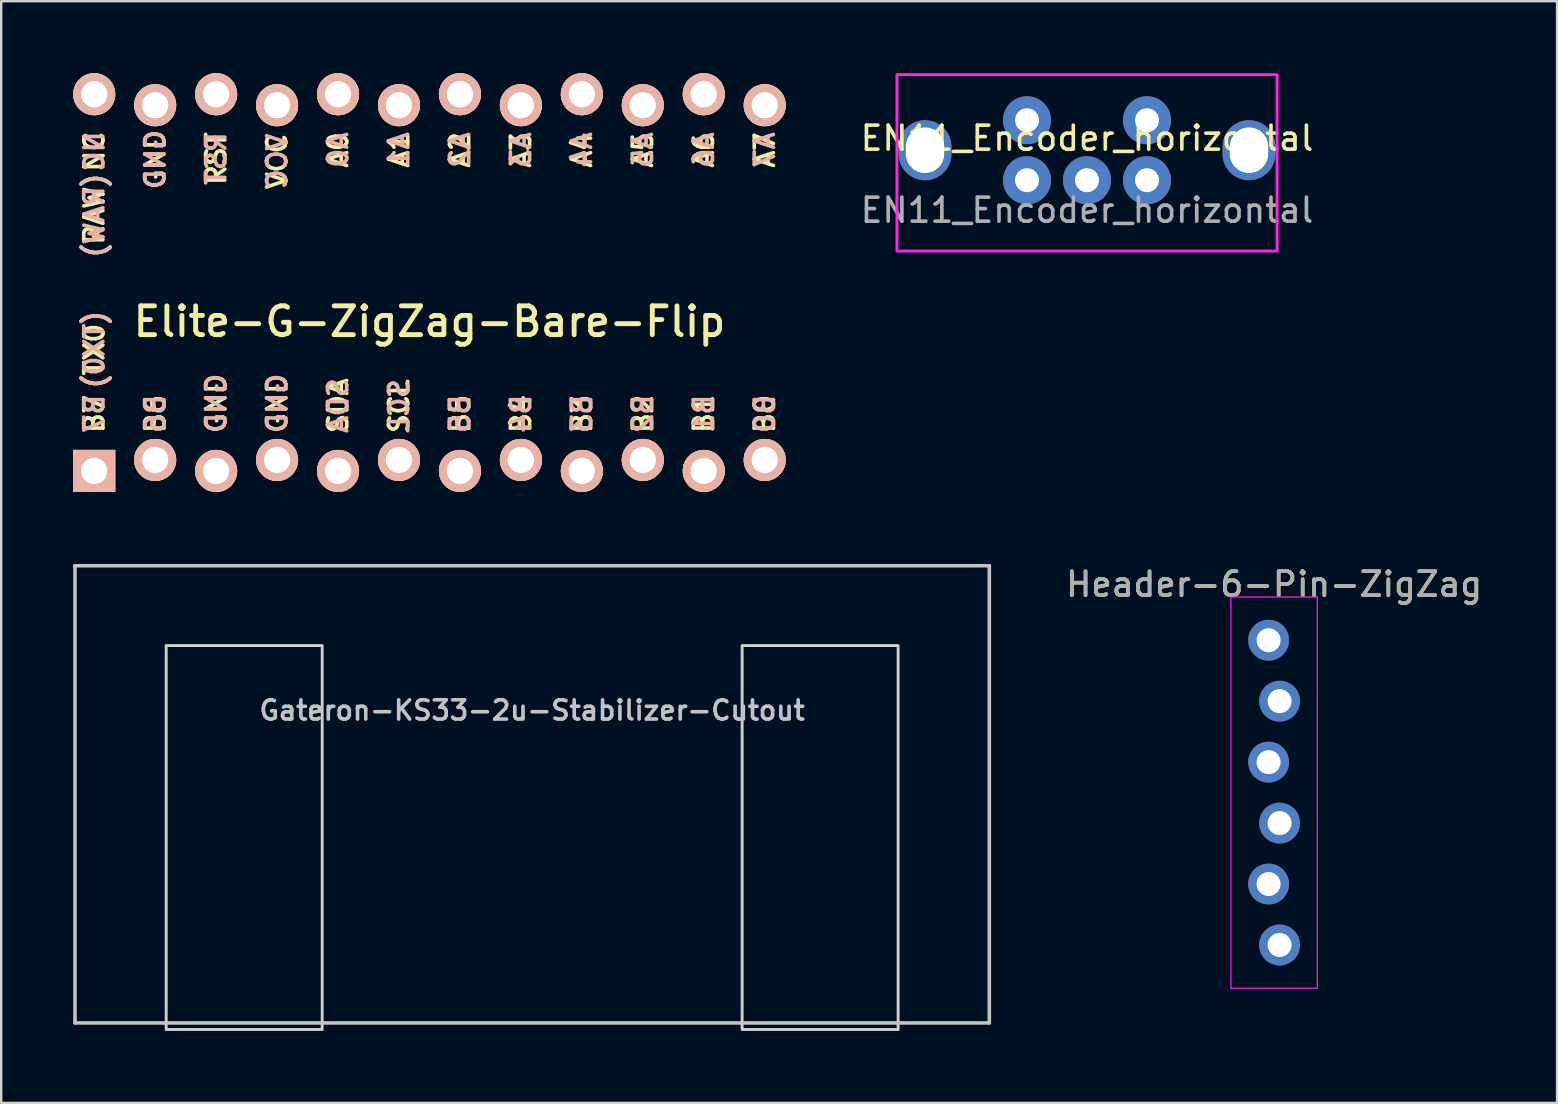
<source format=kicad_pcb>
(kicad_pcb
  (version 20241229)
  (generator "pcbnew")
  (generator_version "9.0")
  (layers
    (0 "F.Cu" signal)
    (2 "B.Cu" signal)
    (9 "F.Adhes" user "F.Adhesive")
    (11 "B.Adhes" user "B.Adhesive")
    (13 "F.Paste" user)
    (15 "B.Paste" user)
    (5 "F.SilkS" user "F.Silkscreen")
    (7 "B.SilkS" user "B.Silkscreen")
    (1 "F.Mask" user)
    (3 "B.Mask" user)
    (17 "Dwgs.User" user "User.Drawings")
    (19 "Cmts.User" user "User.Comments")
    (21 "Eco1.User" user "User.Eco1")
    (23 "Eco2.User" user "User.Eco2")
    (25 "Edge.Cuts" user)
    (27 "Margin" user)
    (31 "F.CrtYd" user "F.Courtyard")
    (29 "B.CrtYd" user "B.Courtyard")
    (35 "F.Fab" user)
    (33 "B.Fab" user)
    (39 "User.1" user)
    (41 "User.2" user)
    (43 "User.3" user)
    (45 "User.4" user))
  (footprint "Gateron-KS33-2u-Stabilizer-Cutout"
    (layer "F.Cu")
    (at 19.125 30.05)
    (property "Reference" "Gateron-KS33-2u-Stabilizer-Cutout" (at 0 -3.5 0) (layer "Dwgs.User") (effects (font (size 0.8 0.8) (thickness 0.15))))
    (attr smd)
    (fp_line (start -19.05 9.525) (end -19.05 -9.525) (stroke (width 0.15) (type solid)) (layer "Dwgs.User"))
    (fp_line (start 19.05 -9.525) (end -19.05 -9.525) (stroke (width 0.15) (type solid)) (layer "Dwgs.User"))
    (fp_line (start 19.05 9.525) (end -19.05 9.525) (stroke (width 0.15) (type solid)) (layer "Dwgs.User"))
    (fp_line (start 19.05 9.525) (end 19.05 -9.525) (stroke (width 0.15) (type solid)) (layer "Dwgs.User"))
    (fp_rect (start -8.75 9.8) (end -15.25 -6.2) (stroke (width 0.12) (type default)) (fill no) (layer "Edge.Cuts"))
    (fp_rect (start 8.75 9.8) (end 15.25 -6.2) (stroke (width 0.12) (type default)) (fill no) (layer "Edge.Cuts"))
    (fp_text user "Stabilizer Wire" (at 0 9.525 0) (unlocked yes) (layer "Eco1.User") (effects (font (size 0.8 0.8) (thickness 0.15)) (justify bottom))))
  (footprint "Header-6-Pin-ZigZag"
    (layer "F.Cu")
    (at 50.042 23.628)
    (property "Reference" "Header-6-Pin-ZigZag" (at 0 -2.33 0) (layer "F.SilkS") (effects (font (size 1 1) (thickness 0.15))))
    (attr through_hole)
    (fp_line (start -1.8 -1.8) (end -1.8 14.5) (stroke (width 0.05) (type solid)) (layer "F.CrtYd"))
    (fp_line (start 1.8 -1.8) (end -1.8 -1.8) (stroke (width 0.05) (type solid)) (layer "F.CrtYd"))
    (fp_line (start 1.8 -1.8) (end 1.8 14.5) (stroke (width 0.05) (type solid)) (layer "F.CrtYd"))
    (fp_line (start 1.8 14.5) (end -1.8 14.5) (stroke (width 0.05) (type solid)) (layer "F.CrtYd"))
    (fp_text user "${REFERENCE}" (at 0 -2.33 0) (layer "F.Fab") (effects (font (size 1 1) (thickness 0.15))))
    (pad "1" thru_hole circle (at -0.229 0) (size 1.7 1.7) (drill 1) (layers "*.Cu" "*.Mask"))
    (pad "2" thru_hole oval (at 0.229 2.54) (size 1.7 1.7) (drill 1) (layers "*.Cu" "*.Mask"))
    (pad "3" thru_hole oval (at -0.229 5.08) (size 1.7 1.7) (drill 1) (layers "*.Cu" "*.Mask"))
    (pad "4" thru_hole oval (at 0.229 7.62) (size 1.7 1.7) (drill 1) (layers "*.Cu" "*.Mask"))
    (pad "5" thru_hole oval (at -0.229 10.16) (size 1.7 1.7) (drill 1) (layers "*.Cu" "*.Mask"))
    (pad "6" thru_hole oval (at 0.229 12.7) (size 1.7 1.7) (drill 1) (layers "*.Cu" "*.Mask")))
  (footprint "Elite-G-ZigZag-Bare-Flip"
    (layer "F.Cu")
    (at 14.846 8.725)
    (property "Reference" "Elite-G-ZigZag-Bare-Flip" (at 0 1.625 0) (layer "F.SilkS") (effects (font (size 1.2 1.2) (thickness 0.203))))
    (fp_text user "A2" (at 1.27 -6.35 270) (layer "F.SilkS") (effects (font (size 0.8 0.8) (thickness 0.15)) (justify right)))
    (fp_text user "B6" (at -11.43 6.35 270) (layer "F.SilkS") (effects (font (size 0.8 0.8) (thickness 0.15)) (justify left)))
    (fp_text user "A4" (at 6.35 -6.35 270) (layer "F.SilkS") (effects (font (size 0.8 0.8) (thickness 0.15)) (justify right)))
    (fp_text user "SCL" (at -1.27 6.35 270) (layer "F.SilkS") (effects (font (size 0.8 0.8) (thickness 0.15)) (justify left)))
    (fp_text user "B4" (at 3.81 6.35 270) (layer "F.SilkS") (effects (font (size 0.8 0.8) (thickness 0.15)) (justify left)))
    (fp_text user "(TX0)" (at -13.97 2.794 90) (layer "F.SilkS") (effects (font (size 0.8 0.8) (thickness 0.15))))
    (fp_text user "A3" (at 3.81 -6.35 270) (layer "F.SilkS") (effects (font (size 0.8 0.8) (thickness 0.15)) (justify right)))
    (fp_text user "B1" (at 11.43 6.35 270) (layer "F.SilkS") (effects (font (size 0.8 0.8) (thickness 0.15)) (justify left)))
    (fp_text user "A6" (at 11.43 -6.35 270) (layer "F.SilkS") (effects (font (size 0.8 0.8) (thickness 0.15)) (justify right)))
    (fp_text user "B3" (at 6.35 6.35 270) (layer "F.SilkS") (effects (font (size 0.8 0.8) (thickness 0.15)) (justify left)))
    (fp_text user "(RAW)" (at -13.97 -2.794 90) (layer "F.SilkS") (effects (font (size 0.8 0.8) (thickness 0.15))))
    (fp_text user "GND" (at -8.89 6.35 270) (layer "F.SilkS") (effects (font (size 0.8 0.8) (thickness 0.15)) (justify left)))
    (fp_text user "GND" (at -6.35 6.35 270) (layer "F.SilkS") (effects (font (size 0.8 0.8) (thickness 0.15)) (justify left)))
    (fp_text user "A5" (at 8.89 -6.35 270) (layer "F.SilkS") (effects (font (size 0.8 0.8) (thickness 0.15)) (justify right)))
    (fp_text user "VCC" (at -6.35 -3.81 270) (layer "F.SilkS") (effects (font (size 0.8 0.8) (thickness 0.15)) (justify left)))
    (fp_text user "A0" (at -3.81 -6.35 270) (layer "F.SilkS") (effects (font (size 0.8 0.8) (thickness 0.15)) (justify right)))
    (fp_text user "GND" (at -11.43 -3.81 90) (layer "F.SilkS") (effects (font (size 0.8 0.8) (thickness 0.15)) (justify left)))
    (fp_text user "RST" (at -8.89 -6.35 90) (layer "F.SilkS") (effects (font (size 0.8 0.8) (thickness 0.15)) (justify right)))
    (fp_text user "B0" (at 13.97 6.35 270) (layer "F.SilkS") (effects (font (size 0.8 0.8) (thickness 0.15)) (justify left)))
    (fp_text user "SDA" (at -3.81 6.35 270) (layer "F.SilkS") (effects (font (size 0.8 0.8) (thickness 0.15)) (justify left)))
    (fp_text user "A7" (at 13.97 -6.35 270) (layer "F.SilkS") (effects (font (size 0.8 0.8) (thickness 0.15)) (justify right)))
    (fp_text user "B5" (at 1.27 6.35 270) (layer "F.SilkS") (effects (font (size 0.8 0.8) (thickness 0.15)) (justify left)))
    (fp_text user "NC" (at -13.97 -5.461 90) (layer "F.SilkS") (effects (font (size 0.8 0.8) (thickness 0.15))))
    (fp_text user "B7" (at -13.97 6.35 270) (layer "F.SilkS") (effects (font (size 0.8 0.8) (thickness 0.15)) (justify left)))
    (fp_text user "B2" (at 8.89 6.35 270) (layer "F.SilkS") (effects (font (size 0.8 0.8) (thickness 0.15)) (justify left)))
    (fp_text user "A1" (at -1.27 -6.35 270) (layer "F.SilkS") (effects (font (size 0.8 0.8) (thickness 0.15)) (justify right)))
    (fp_text user "A5" (at 8.89 -6.35 90) (layer "B.SilkS") (effects (font (size 0.8 0.8) (thickness 0.15)) (justify left mirror)))
    (fp_text user "B5" (at 1.27 6.35 90) (layer "B.SilkS") (effects (font (size 0.8 0.8) (thickness 0.15)) (justify right mirror)))
    (fp_text user "GND" (at -6.35 6.35 90) (layer "B.SilkS") (effects (font (size 0.8 0.8) (thickness 0.15)) (justify right mirror)))
    (fp_text user "A3" (at 3.81 -6.35 90) (layer "B.SilkS") (effects (font (size 0.8 0.8) (thickness 0.15)) (justify left mirror)))
    (fp_text user "A7" (at 13.97 -6.35 90) (layer "B.SilkS") (effects (font (size 0.8 0.8) (thickness 0.15)) (justify left mirror)))
    (fp_text user "NC" (at -13.97 -5.461 90) (layer "B.SilkS") (effects (font (size 0.8 0.8) (thickness 0.15)) (justify mirror)))
    (fp_text user "B2" (at 8.89 6.35 90) (layer "B.SilkS") (effects (font (size 0.8 0.8) (thickness 0.15)) (justify right mirror)))
    (fp_text user "B0" (at 13.97 6.35 90) (layer "B.SilkS") (effects (font (size 0.8 0.8) (thickness 0.15)) (justify right mirror)))
    (fp_text user "GND" (at -8.89 6.35 90) (layer "B.SilkS") (effects (font (size 0.8 0.8) (thickness 0.15)) (justify right mirror)))
    (fp_text user "(RAW)" (at -13.97 -2.794 90) (layer "B.SilkS") (effects (font (size 0.8 0.8) (thickness 0.15)) (justify mirror)))
    (fp_text user "(TX0)" (at -13.97 2.794 90) (layer "B.SilkS") (effects (font (size 0.8 0.8) (thickness 0.15)) (justify mirror)))
    (fp_text user "GND" (at -11.43 -3.81 90) (layer "B.SilkS") (effects (font (size 0.8 0.8) (thickness 0.15)) (justify right mirror)))
    (fp_text user "A6" (at 11.43 -6.35 90) (layer "B.SilkS") (effects (font (size 0.8 0.8) (thickness 0.15)) (justify left mirror)))
    (fp_text user "VCC" (at -6.35 -3.81 90) (layer "B.SilkS") (effects (font (size 0.8 0.8) (thickness 0.15)) (justify right mirror)))
    (fp_text user "B6" (at -11.43 6.35 90) (layer "B.SilkS") (effects (font (size 0.8 0.8) (thickness 0.15)) (justify right mirror)))
    (fp_text user "RST" (at -8.89 -6.35 90) (layer "B.SilkS") (effects (font (size 0.8 0.8) (thickness 0.15)) (justify left mirror)))
    (fp_text user "A0" (at -3.81 -6.35 90) (layer "B.SilkS") (effects (font (size 0.8 0.8) (thickness 0.15)) (justify left mirror)))
    (fp_text user "SCL" (at -1.27 6.35 90) (layer "B.SilkS") (effects (font (size 0.8 0.8) (thickness 0.15)) (justify right mirror)))
    (fp_text user "B3" (at 6.35 6.35 90) (layer "B.SilkS") (effects (font (size 0.8 0.8) (thickness 0.15)) (justify right mirror)))
    (fp_text user "SDA" (at -3.81 6.35 90) (layer "B.SilkS") (effects (font (size 0.8 0.8) (thickness 0.15)) (justify right mirror)))
    (fp_text user "B7" (at -13.97 6.35 90) (layer "B.SilkS") (effects (font (size 0.8 0.8) (thickness 0.15)) (justify right mirror)))
    (fp_text user "A1" (at -1.27 -6.35 90) (layer "B.SilkS") (effects (font (size 0.8 0.8) (thickness 0.15)) (justify left mirror)))
    (fp_text user "A2" (at 1.27 -6.35 90) (layer "B.SilkS") (effects (font (size 0.8 0.8) (thickness 0.15)) (justify left mirror)))
    (fp_text user "A4" (at 6.35 -6.35 90) (layer "B.SilkS") (effects (font (size 0.8 0.8) (thickness 0.15)) (justify left mirror)))
    (fp_text user "B4" (at 3.81 6.35 90) (layer "B.SilkS") (effects (font (size 0.8 0.8) (thickness 0.15)) (justify right mirror)))
    (fp_text user "B1" (at 11.43 6.35 90) (layer "B.SilkS") (effects (font (size 0.8 0.8) (thickness 0.15)) (justify right mirror)))
    (pad "1" thru_hole rect (at -13.97 7.849) (size 1.753 1.753) (drill 1.092) (layers "*.Cu" "*.SilkS" "*.Mask"))
    (pad "2" thru_hole circle (at -11.43 7.391) (size 1.753 1.753) (drill 1.092) (layers "*.Cu" "*.SilkS" "*.Mask"))
    (pad "3" thru_hole circle (at -8.89 7.849) (size 1.753 1.753) (drill 1.092) (layers "*.Cu" "*.SilkS" "*.Mask"))
    (pad "4" thru_hole circle (at -6.35 7.391) (size 1.753 1.753) (drill 1.092) (layers "*.Cu" "*.SilkS" "*.Mask"))
    (pad "5" thru_hole circle (at -3.81 7.849) (size 1.753 1.753) (drill 1.092) (layers "*.Cu" "*.SilkS" "*.Mask"))
    (pad "6" thru_hole circle (at -1.27 7.391) (size 1.753 1.753) (drill 1.092) (layers "*.Cu" "*.SilkS" "*.Mask"))
    (pad "7" thru_hole circle (at 1.27 7.849) (size 1.753 1.753) (drill 1.092) (layers "*.Cu" "*.SilkS" "*.Mask"))
    (pad "8" thru_hole circle (at 3.81 7.391) (size 1.753 1.753) (drill 1.092) (layers "*.Cu" "*.SilkS" "*.Mask"))
    (pad "9" thru_hole circle (at 6.35 7.849) (size 1.753 1.753) (drill 1.092) (layers "*.Cu" "*.SilkS" "*.Mask"))
    (pad "10" thru_hole circle (at 8.89 7.391) (size 1.753 1.753) (drill 1.092) (layers "*.Cu" "*.SilkS" "*.Mask"))
    (pad "11" thru_hole circle (at 11.43 7.849) (size 1.753 1.753) (drill 1.092) (layers "*.Cu" "*.SilkS" "*.Mask"))
    (pad "12" thru_hole circle (at 13.97 7.391) (size 1.753 1.753) (drill 1.092) (layers "*.Cu" "*.SilkS" "*.Mask"))
    (pad "13" thru_hole circle (at 13.97 -7.391) (size 1.753 1.753) (drill 1.092) (layers "*.Cu" "*.SilkS" "*.Mask"))
    (pad "14" thru_hole circle (at 11.43 -7.849) (size 1.753 1.753) (drill 1.092) (layers "*.Cu" "*.SilkS" "*.Mask"))
    (pad "15" thru_hole circle (at 8.89 -7.391) (size 1.753 1.753) (drill 1.092) (layers "*.Cu" "*.SilkS" "*.Mask"))
    (pad "16" thru_hole circle (at 6.35 -7.849) (size 1.753 1.753) (drill 1.092) (layers "*.Cu" "*.SilkS" "*.Mask"))
    (pad "17" thru_hole circle (at 3.81 -7.391) (size 1.753 1.753) (drill 1.092) (layers "*.Cu" "*.SilkS" "*.Mask"))
    (pad "18" thru_hole circle (at 1.27 -7.849) (size 1.753 1.753) (drill 1.092) (layers "*.Cu" "*.SilkS" "*.Mask"))
    (pad "19" thru_hole circle (at -1.27 -7.391) (size 1.753 1.753) (drill 1.092) (layers "*.Cu" "*.SilkS" "*.Mask"))
    (pad "20" thru_hole circle (at -3.81 -7.849) (size 1.753 1.753) (drill 1.092) (layers "*.Cu" "*.SilkS" "*.Mask"))
    (pad "21" thru_hole circle (at -6.35 -7.391) (size 1.753 1.753) (drill 1.092) (layers "*.Cu" "*.SilkS" "*.Mask"))
    (pad "22" thru_hole circle (at -8.89 -7.849) (size 1.753 1.753) (drill 1.092) (layers "*.Cu" "*.SilkS" "*.Mask"))
    (pad "23" thru_hole circle (at -11.43 -7.391) (size 1.753 1.753) (drill 1.092) (layers "*.Cu" "*.SilkS" "*.Mask"))
    (pad "24" thru_hole circle (at -13.97 -7.849) (size 1.753 1.753) (drill 1.092) (layers "*.Cu" "*.SilkS" "*.Mask")))
  (footprint "EN11_Encoder_horizontal"
    (layer "F.Cu")
    (at 42.246 3.21)
    (property "Reference" "EN11_Encoder_horizontal" (at 0 -0.5 0) (unlocked yes) (layer "F.SilkS") (effects (font (size 1 1) (thickness 0.15))))
    (fp_rect (start -7.92 -3.15) (end 7.92 4.2) (stroke (width 0.12) (type solid)) (fill no) (layer "F.CrtYd"))
    (fp_text user "${REFERENCE}" (at 0 2.5 0) (unlocked yes) (layer "F.Fab") (effects (font (size 1 1) (thickness 0.15))))
    (pad "" thru_hole oval (at -6.75 0) (size 2.2 2.5) (drill oval 1.6 1.9) (layers "*.Cu" "*.Mask"))
    (pad "" thru_hole oval (at 6.75 0) (size 2.2 2.5) (drill oval 1.6 1.9) (layers "*.Cu" "*.Mask"))
    (pad "A" thru_hole circle (at -2.5 1.25) (size 2 2) (drill 1) (layers "*.Cu" "*.Mask"))
    (pad "B" thru_hole circle (at 2.5 1.25) (size 2 2) (drill 1) (layers "*.Cu" "*.Mask"))
    (pad "C" thru_hole circle (at 0 1.25) (size 2 2) (drill 1) (layers "*.Cu" "*.Mask"))
    (pad "S1" thru_hole circle (at -2.5 -1.25) (size 2 2) (drill 1) (layers "*.Cu" "*.Mask"))
    (pad "S2" thru_hole circle (at 2.5 -1.25) (size 2 2) (drill 1) (layers "*.Cu" "*.Mask")))
  (gr_rect
    (start -3 -3)
    (end 61.833 42.91)
    (stroke (width 0.1) (type default))
    (fill no)
    (layer "Edge.Cuts")))
</source>
